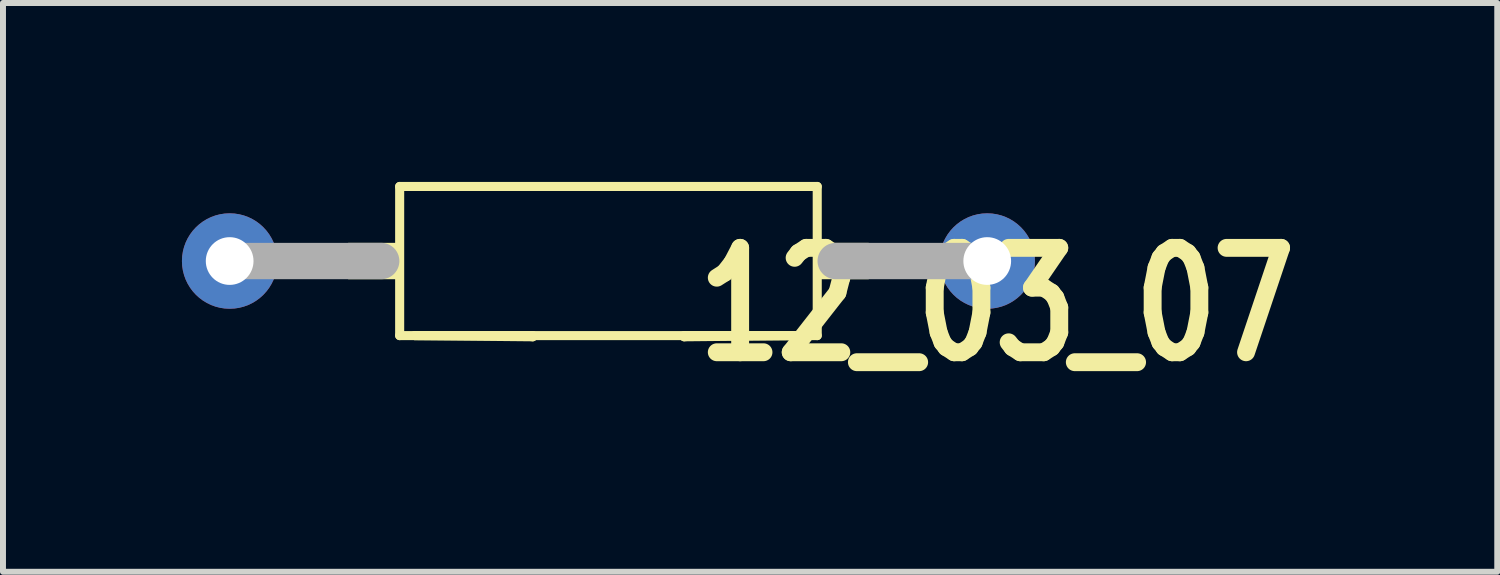
<source format=kicad_pcb>
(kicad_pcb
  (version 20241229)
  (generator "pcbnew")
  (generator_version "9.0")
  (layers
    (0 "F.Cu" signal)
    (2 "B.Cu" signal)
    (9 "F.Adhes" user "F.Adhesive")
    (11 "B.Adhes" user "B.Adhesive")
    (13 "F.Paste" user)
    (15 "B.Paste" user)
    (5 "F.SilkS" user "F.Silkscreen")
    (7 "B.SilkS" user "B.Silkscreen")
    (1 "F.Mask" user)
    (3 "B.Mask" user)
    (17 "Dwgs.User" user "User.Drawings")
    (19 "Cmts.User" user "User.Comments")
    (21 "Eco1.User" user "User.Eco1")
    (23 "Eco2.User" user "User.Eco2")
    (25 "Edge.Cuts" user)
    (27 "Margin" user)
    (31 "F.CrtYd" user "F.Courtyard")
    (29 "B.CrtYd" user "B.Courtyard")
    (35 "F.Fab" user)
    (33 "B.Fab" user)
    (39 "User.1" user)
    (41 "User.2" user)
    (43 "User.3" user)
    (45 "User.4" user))
  (footprint "12_03_07"
    (layer "F.Cu")
    (at 0.8 1.326)
    (property "Reference" "12_03_07" (at 7.708 1.759 0) (layer "F.SilkS") (effects (font (size 1.75 1.37) (thickness 0.3)) (justify left bottom)))
    (attr through_hole)
    (fp_line (start 2.85 1.25) (end 2.85 -1.25) (stroke (width 0.152) (type solid)) (layer "F.SilkS"))
    (fp_line (start 2.85 1.25) (end 5.08 1.25) (stroke (width 0.152) (type solid)) (layer "F.SilkS"))
    (fp_line (start 5.08 1.25) (end 5.08 1.27) (stroke (width 0.152) (type solid)) (layer "F.SilkS"))
    (fp_line (start 5.08 1.27) (end 3.104 1.25) (stroke (width 0.152) (type solid)) (layer "F.SilkS"))
    (fp_line (start 7.62 1.25) (end 9.85 1.25) (stroke (width 0.152) (type solid)) (layer "F.SilkS"))
    (fp_line (start 7.62 1.27) (end 7.62 1.25) (stroke (width 0.152) (type solid)) (layer "F.SilkS"))
    (fp_line (start 9.596 1.25) (end 3.104 1.25) (stroke (width 0.152) (type solid)) (layer "F.SilkS"))
    (fp_line (start 9.596 1.25) (end 7.62 1.27) (stroke (width 0.152) (type solid)) (layer "F.SilkS"))
    (fp_line (start 9.85 -1.25) (end 2.85 -1.25) (stroke (width 0.152) (type solid)) (layer "F.SilkS"))
    (fp_line (start 9.85 1.25) (end 9.85 -1.25) (stroke (width 0.152) (type solid)) (layer "F.SilkS"))
    (fp_poly (pts (xy 1.986 0.305) (xy 2.85 0.305) (xy 2.85 -0.305) (xy 1.986 -0.305)) (stroke (width 0) (type solid)) (fill yes) (layer "F.SilkS"))
    (fp_poly (pts (xy 9.85 0.305) (xy 10.714 0.305) (xy 10.714 -0.305) (xy 9.85 -0.305)) (stroke (width 0) (type solid)) (fill yes) (layer "F.SilkS"))
    (fp_line (start 0 0) (end 2.54 0) (stroke (width 0.61) (type solid)) (layer "F.Fab"))
    (fp_line (start 12.7 0) (end 10.16 0) (stroke (width 0.61) (type solid)) (layer "F.Fab"))
    (pad "1" thru_hole circle (at 0 0) (size 1.6 1.6) (drill 0.8) (layers "*.Cu" "*.Mask"))
    (pad "2" thru_hole circle (at 12.7 0) (size 1.6 1.6) (drill 0.8) (layers "*.Cu" "*.Mask")))
  (gr_rect
    (start -3 -3)
    (end 22.05 6.535)
    (stroke (width 0.1) (type default))
    (fill no)
    (layer "Edge.Cuts")))
</source>
